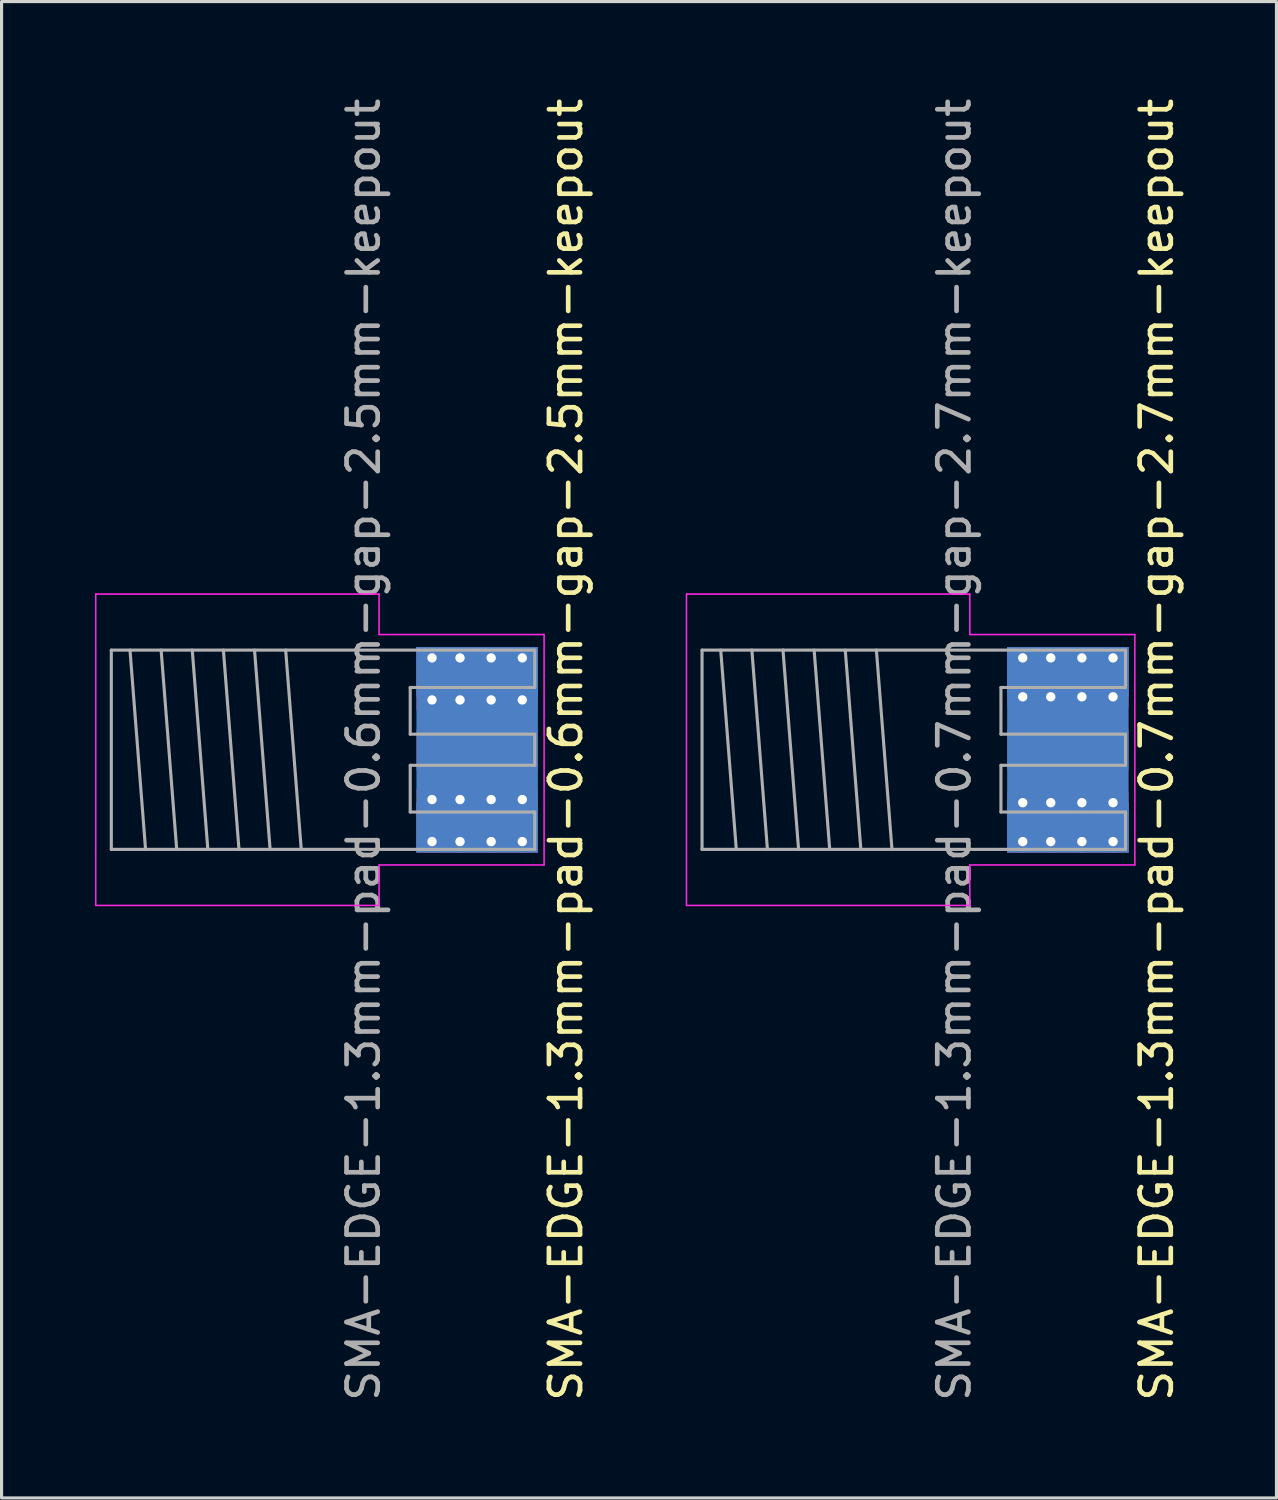
<source format=kicad_pcb>
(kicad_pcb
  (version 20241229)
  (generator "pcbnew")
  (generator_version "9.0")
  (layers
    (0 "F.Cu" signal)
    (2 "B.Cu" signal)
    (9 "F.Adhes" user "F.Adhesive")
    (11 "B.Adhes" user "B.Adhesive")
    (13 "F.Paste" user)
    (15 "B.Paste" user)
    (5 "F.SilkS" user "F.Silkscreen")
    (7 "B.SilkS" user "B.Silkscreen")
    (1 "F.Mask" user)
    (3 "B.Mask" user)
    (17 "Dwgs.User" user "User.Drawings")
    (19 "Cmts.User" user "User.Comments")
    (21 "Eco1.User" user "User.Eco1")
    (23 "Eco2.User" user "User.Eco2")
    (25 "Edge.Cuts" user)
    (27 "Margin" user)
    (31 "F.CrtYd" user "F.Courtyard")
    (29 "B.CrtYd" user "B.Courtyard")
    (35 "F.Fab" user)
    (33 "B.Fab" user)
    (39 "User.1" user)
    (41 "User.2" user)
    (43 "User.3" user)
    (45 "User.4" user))
  (footprint "SMA-EDGE-1.3mm-pad-0.6mm-gap-2.5mm-keepout"
    (layer "F.Cu")
    (at 10.125 21.03)
    (property "Reference" "SMA-EDGE-1.3mm-pad-0.6mm-gap-2.5mm-keepout" (at 5 0 90) (layer "F.SilkS") (effects (font (size 1 1) (thickness 0.15))))
    (attr through_hole)
    (fp_line (start -10.1 -5) (end -10.1 5) (stroke (width 0.05) (type solid)) (layer "F.CrtYd"))
    (fp_line (start -10.1 -5) (end -1 -5) (stroke (width 0.05) (type solid)) (layer "F.CrtYd"))
    (fp_line (start -10.1 5) (end -1 5) (stroke (width 0.05) (type solid)) (layer "F.CrtYd"))
    (fp_line (start -1 -5) (end -1 -3.7) (stroke (width 0.05) (type solid)) (layer "F.CrtYd"))
    (fp_line (start -1 3.7) (end 4.3 3.7) (stroke (width 0.05) (type solid)) (layer "F.CrtYd"))
    (fp_line (start -1 5) (end -1 3.7) (stroke (width 0.05) (type solid)) (layer "F.CrtYd"))
    (fp_line (start 4.3 -3.7) (end -1 -3.7) (stroke (width 0.05) (type solid)) (layer "F.CrtYd"))
    (fp_line (start 4.3 3.7) (end 4.3 -3.7) (stroke (width 0.05) (type solid)) (layer "F.CrtYd"))
    (fp_line (start -9.6 -3.2) (end 4 -3.2) (stroke (width 0.1) (type solid)) (layer "F.Fab"))
    (fp_line (start -9.6 3.2) (end -9.6 -3.2) (stroke (width 0.1) (type solid)) (layer "F.Fab"))
    (fp_line (start -9.6 3.2) (end 4 3.2) (stroke (width 0.1) (type solid)) (layer "F.Fab"))
    (fp_line (start -9 -3.2) (end -8.5 3.2) (stroke (width 0.1) (type solid)) (layer "F.Fab"))
    (fp_line (start -8 -3.2) (end -7.5 3.2) (stroke (width 0.1) (type solid)) (layer "F.Fab"))
    (fp_line (start -7 -3.2) (end -6.5 3.2) (stroke (width 0.1) (type solid)) (layer "F.Fab"))
    (fp_line (start -6 -3.2) (end -5.5 3.2) (stroke (width 0.1) (type solid)) (layer "F.Fab"))
    (fp_line (start -5 -3.2) (end -4.5 3.2) (stroke (width 0.1) (type solid)) (layer "F.Fab"))
    (fp_line (start -4 -3.2) (end -3.5 3.2) (stroke (width 0.1) (type solid)) (layer "F.Fab"))
    (fp_line (start 0 -2) (end 4 -2) (stroke (width 0.1) (type solid)) (layer "F.Fab"))
    (fp_line (start 0 -0.5) (end 0 -2) (stroke (width 0.1) (type solid)) (layer "F.Fab"))
    (fp_line (start 0 0.5) (end 4 0.5) (stroke (width 0.1) (type solid)) (layer "F.Fab"))
    (fp_line (start 0 2) (end 0 0.5) (stroke (width 0.1) (type solid)) (layer "F.Fab"))
    (fp_line (start 4 -2) (end 4 -3.2) (stroke (width 0.1) (type solid)) (layer "F.Fab"))
    (fp_line (start 4 -0.5) (end 0 -0.5) (stroke (width 0.1) (type solid)) (layer "F.Fab"))
    (fp_line (start 4 0.5) (end 4 -0.5) (stroke (width 0.1) (type solid)) (layer "F.Fab"))
    (fp_line (start 4 2) (end 0 2) (stroke (width 0.1) (type solid)) (layer "F.Fab"))
    (fp_line (start 4 3.2) (end 4 2) (stroke (width 0.1) (type solid)) (layer "F.Fab"))
    (fp_text user "${REFERENCE}" (at -1.5 0 90) (layer "F.Fab") (effects (font (size 1 1) (thickness 0.15))))
    (pad "1" smd rect (at 2.15 0) (size 3.9 1.3) (layers "F.Cu" "F.Mask"))
    (pad "2" thru_hole circle (at 0.7 -2.95) (size 0.7 0.7) (drill 0.3) (layers "*.Cu" "*.Mask"))
    (pad "2" thru_hole circle (at 0.7 -1.6) (size 0.7 0.7) (drill 0.3) (layers "*.Cu" "*.Mask"))
    (pad "2" thru_hole circle (at 0.7 1.6) (size 0.7 0.7) (drill 0.3) (layers "*.Cu" "*.Mask"))
    (pad "2" thru_hole circle (at 0.7 2.95) (size 0.7 0.7) (drill 0.3) (layers "*.Cu" "*.Mask"))
    (pad "2" thru_hole circle (at 1.6 -2.95) (size 0.7 0.7) (drill 0.3) (layers "*.Cu" "*.Mask"))
    (pad "2" thru_hole circle (at 1.6 -1.6) (size 0.7 0.7) (drill 0.3) (layers "*.Cu" "*.Mask"))
    (pad "2" thru_hole circle (at 1.6 1.6) (size 0.7 0.7) (drill 0.3) (layers "*.Cu" "*.Mask"))
    (pad "2" thru_hole circle (at 1.6 2.95) (size 0.7 0.7) (drill 0.3) (layers "*.Cu" "*.Mask"))
    (pad "2" smd rect (at 2.15 -2.5) (size 3.9 1.6) (layers "F.Cu" "F.Mask"))
    (pad "2" smd rect (at 2.15 -2.5) (size 3.9 1.6) (layers "B.Cu" "B.Mask"))
    (pad "2" smd rect (at 2.15 -2.275) (size 3.9 2.05) (layers "F.Cu"))
    (pad "2" smd rect (at 2.15 0) (size 3.9 6.6) (layers "B.Cu"))
    (pad "2" smd rect (at 2.15 2.275) (size 3.9 2.05) (layers "F.Cu"))
    (pad "2" smd rect (at 2.15 2.5) (size 3.9 1.6) (layers "F.Cu" "F.Mask"))
    (pad "2" smd rect (at 2.15 2.5) (size 3.9 1.6) (layers "B.Cu" "B.Mask"))
    (pad "2" thru_hole circle (at 2.6 -2.95) (size 0.7 0.7) (drill 0.3) (layers "*.Cu" "*.Mask"))
    (pad "2" thru_hole circle (at 2.6 -1.6) (size 0.7 0.7) (drill 0.3) (layers "*.Cu" "*.Mask"))
    (pad "2" thru_hole circle (at 2.6 1.6) (size 0.7 0.7) (drill 0.3) (layers "*.Cu" "*.Mask"))
    (pad "2" thru_hole circle (at 2.6 2.95) (size 0.7 0.7) (drill 0.3) (layers "*.Cu" "*.Mask"))
    (pad "2" thru_hole circle (at 3.6 -2.95) (size 0.7 0.7) (drill 0.3) (layers "*.Cu" "*.Mask"))
    (pad "2" thru_hole circle (at 3.6 -1.6) (size 0.7 0.7) (drill 0.3) (layers "*.Cu" "*.Mask"))
    (pad "2" thru_hole circle (at 3.6 1.6) (size 0.7 0.7) (drill 0.3) (layers "*.Cu" "*.Mask"))
    (pad "2" thru_hole circle (at 3.6 2.95) (size 0.7 0.7) (drill 0.3) (layers "*.Cu" "*.Mask"))
    (zone (net_name "") (layer "In1.Cu") (name "SMA keepout") (hatch edge 0.508) (connect_pads) (min_thickness 0.254) (filled_areas_thickness no) (keepout (tracks not_allowed) (vias not_allowed) (pads not_allowed) (copperpour not_allowed) (footprints not_allowed)) (placement (enabled no)) (fill) (polygon (pts (xy 14.225 22.28) (xy 10.125 22.28) (xy 10.125 19.78) (xy 14.225 19.78)))))
  (footprint "SMA-EDGE-1.3mm-pad-0.7mm-gap-2.7mm-keepout"
    (layer "F.Cu")
    (at 29.098 21.03)
    (property "Reference" "SMA-EDGE-1.3mm-pad-0.7mm-gap-2.7mm-keepout" (at 5 0 90) (layer "F.SilkS") (effects (font (size 1 1) (thickness 0.15))))
    (attr through_hole)
    (fp_line (start -10.1 -5) (end -10.1 5) (stroke (width 0.05) (type solid)) (layer "F.CrtYd"))
    (fp_line (start -10.1 -5) (end -1 -5) (stroke (width 0.05) (type solid)) (layer "F.CrtYd"))
    (fp_line (start -10.1 5) (end -1 5) (stroke (width 0.05) (type solid)) (layer "F.CrtYd"))
    (fp_line (start -1 -5) (end -1 -3.7) (stroke (width 0.05) (type solid)) (layer "F.CrtYd"))
    (fp_line (start -1 3.7) (end 4.3 3.7) (stroke (width 0.05) (type solid)) (layer "F.CrtYd"))
    (fp_line (start -1 5) (end -1 3.7) (stroke (width 0.05) (type solid)) (layer "F.CrtYd"))
    (fp_line (start 4.3 -3.7) (end -1 -3.7) (stroke (width 0.05) (type solid)) (layer "F.CrtYd"))
    (fp_line (start 4.3 3.7) (end 4.3 -3.7) (stroke (width 0.05) (type solid)) (layer "F.CrtYd"))
    (fp_line (start -9.6 -3.2) (end 4 -3.2) (stroke (width 0.1) (type solid)) (layer "F.Fab"))
    (fp_line (start -9.6 3.2) (end -9.6 -3.2) (stroke (width 0.1) (type solid)) (layer "F.Fab"))
    (fp_line (start -9.6 3.2) (end 4 3.2) (stroke (width 0.1) (type solid)) (layer "F.Fab"))
    (fp_line (start -9 -3.2) (end -8.5 3.2) (stroke (width 0.1) (type solid)) (layer "F.Fab"))
    (fp_line (start -8 -3.2) (end -7.5 3.2) (stroke (width 0.1) (type solid)) (layer "F.Fab"))
    (fp_line (start -7 -3.2) (end -6.5 3.2) (stroke (width 0.1) (type solid)) (layer "F.Fab"))
    (fp_line (start -6 -3.2) (end -5.5 3.2) (stroke (width 0.1) (type solid)) (layer "F.Fab"))
    (fp_line (start -5 -3.2) (end -4.5 3.2) (stroke (width 0.1) (type solid)) (layer "F.Fab"))
    (fp_line (start -4 -3.2) (end -3.5 3.2) (stroke (width 0.1) (type solid)) (layer "F.Fab"))
    (fp_line (start 0 -2) (end 4 -2) (stroke (width 0.1) (type solid)) (layer "F.Fab"))
    (fp_line (start 0 -0.5) (end 0 -2) (stroke (width 0.1) (type solid)) (layer "F.Fab"))
    (fp_line (start 0 0.5) (end 4 0.5) (stroke (width 0.1) (type solid)) (layer "F.Fab"))
    (fp_line (start 0 2) (end 0 0.5) (stroke (width 0.1) (type solid)) (layer "F.Fab"))
    (fp_line (start 4 -2) (end 4 -3.2) (stroke (width 0.1) (type solid)) (layer "F.Fab"))
    (fp_line (start 4 -0.5) (end 0 -0.5) (stroke (width 0.1) (type solid)) (layer "F.Fab"))
    (fp_line (start 4 0.5) (end 4 -0.5) (stroke (width 0.1) (type solid)) (layer "F.Fab"))
    (fp_line (start 4 2) (end 0 2) (stroke (width 0.1) (type solid)) (layer "F.Fab"))
    (fp_line (start 4 3.2) (end 4 2) (stroke (width 0.1) (type solid)) (layer "F.Fab"))
    (fp_text user "${REFERENCE}" (at -1.5 0 90) (layer "F.Fab") (effects (font (size 1 1) (thickness 0.15))))
    (pad "1" smd rect (at 2.15 0) (size 3.9 1.3) (layers "F.Cu" "F.Mask"))
    (pad "2" thru_hole circle (at 0.7 -2.95) (size 0.7 0.7) (drill 0.3) (layers "*.Cu" "*.Mask"))
    (pad "2" thru_hole circle (at 0.7 -1.7) (size 0.7 0.7) (drill 0.3) (layers "*.Cu" "*.Mask"))
    (pad "2" thru_hole circle (at 0.7 1.7) (size 0.7 0.7) (drill 0.3) (layers "*.Cu" "*.Mask"))
    (pad "2" thru_hole circle (at 0.7 2.95) (size 0.7 0.7) (drill 0.3) (layers "*.Cu" "*.Mask"))
    (pad "2" thru_hole circle (at 1.6 -2.95) (size 0.7 0.7) (drill 0.3) (layers "*.Cu" "*.Mask"))
    (pad "2" thru_hole circle (at 1.6 -1.7) (size 0.7 0.7) (drill 0.3) (layers "*.Cu" "*.Mask"))
    (pad "2" thru_hole circle (at 1.6 1.7) (size 0.7 0.7) (drill 0.3) (layers "*.Cu" "*.Mask"))
    (pad "2" thru_hole circle (at 1.6 2.95) (size 0.7 0.7) (drill 0.3) (layers "*.Cu" "*.Mask"))
    (pad "2" smd rect (at 2.15 -2.5) (size 3.9 1.6) (layers "F.Cu" "F.Mask"))
    (pad "2" smd rect (at 2.15 -2.5) (size 3.9 1.6) (layers "B.Cu" "B.Mask"))
    (pad "2" smd rect (at 2.15 -2.325) (size 3.9 1.95) (layers "F.Cu"))
    (pad "2" smd rect (at 2.15 0) (size 3.9 6.6) (layers "B.Cu"))
    (pad "2" smd rect (at 2.15 2.325) (size 3.9 1.95) (layers "F.Cu"))
    (pad "2" smd rect (at 2.15 2.5) (size 3.9 1.6) (layers "F.Cu" "F.Mask"))
    (pad "2" smd rect (at 2.15 2.5) (size 3.9 1.6) (layers "B.Cu" "B.Mask"))
    (pad "2" thru_hole circle (at 2.6 -2.95) (size 0.7 0.7) (drill 0.3) (layers "*.Cu" "*.Mask"))
    (pad "2" thru_hole circle (at 2.6 -1.7) (size 0.7 0.7) (drill 0.3) (layers "*.Cu" "*.Mask"))
    (pad "2" thru_hole circle (at 2.6 1.7) (size 0.7 0.7) (drill 0.3) (layers "*.Cu" "*.Mask"))
    (pad "2" thru_hole circle (at 2.6 2.95) (size 0.7 0.7) (drill 0.3) (layers "*.Cu" "*.Mask"))
    (pad "2" thru_hole circle (at 3.6 -2.95) (size 0.7 0.7) (drill 0.3) (layers "*.Cu" "*.Mask"))
    (pad "2" thru_hole circle (at 3.6 -1.7) (size 0.7 0.7) (drill 0.3) (layers "*.Cu" "*.Mask"))
    (pad "2" thru_hole circle (at 3.6 1.7) (size 0.7 0.7) (drill 0.3) (layers "*.Cu" "*.Mask"))
    (pad "2" thru_hole circle (at 3.6 2.95) (size 0.7 0.7) (drill 0.3) (layers "*.Cu" "*.Mask"))
    (zone (net_name "") (layer "In1.Cu") (name "SMA keepout") (hatch edge 0.508) (connect_pads) (min_thickness 0.254) (filled_areas_thickness no) (keepout (tracks not_allowed) (vias not_allowed) (pads not_allowed) (copperpour not_allowed) (footprints not_allowed)) (placement (enabled no)) (fill) (polygon (pts (xy 33.198 22.38) (xy 29.098 22.38) (xy 29.098 19.68) (xy 33.198 19.68)))))
  (gr_rect
    (start -3 -3)
    (end 37.947 45.06)
    (stroke (width 0.1) (type default))
    (fill no)
    (layer "Edge.Cuts")))
</source>
